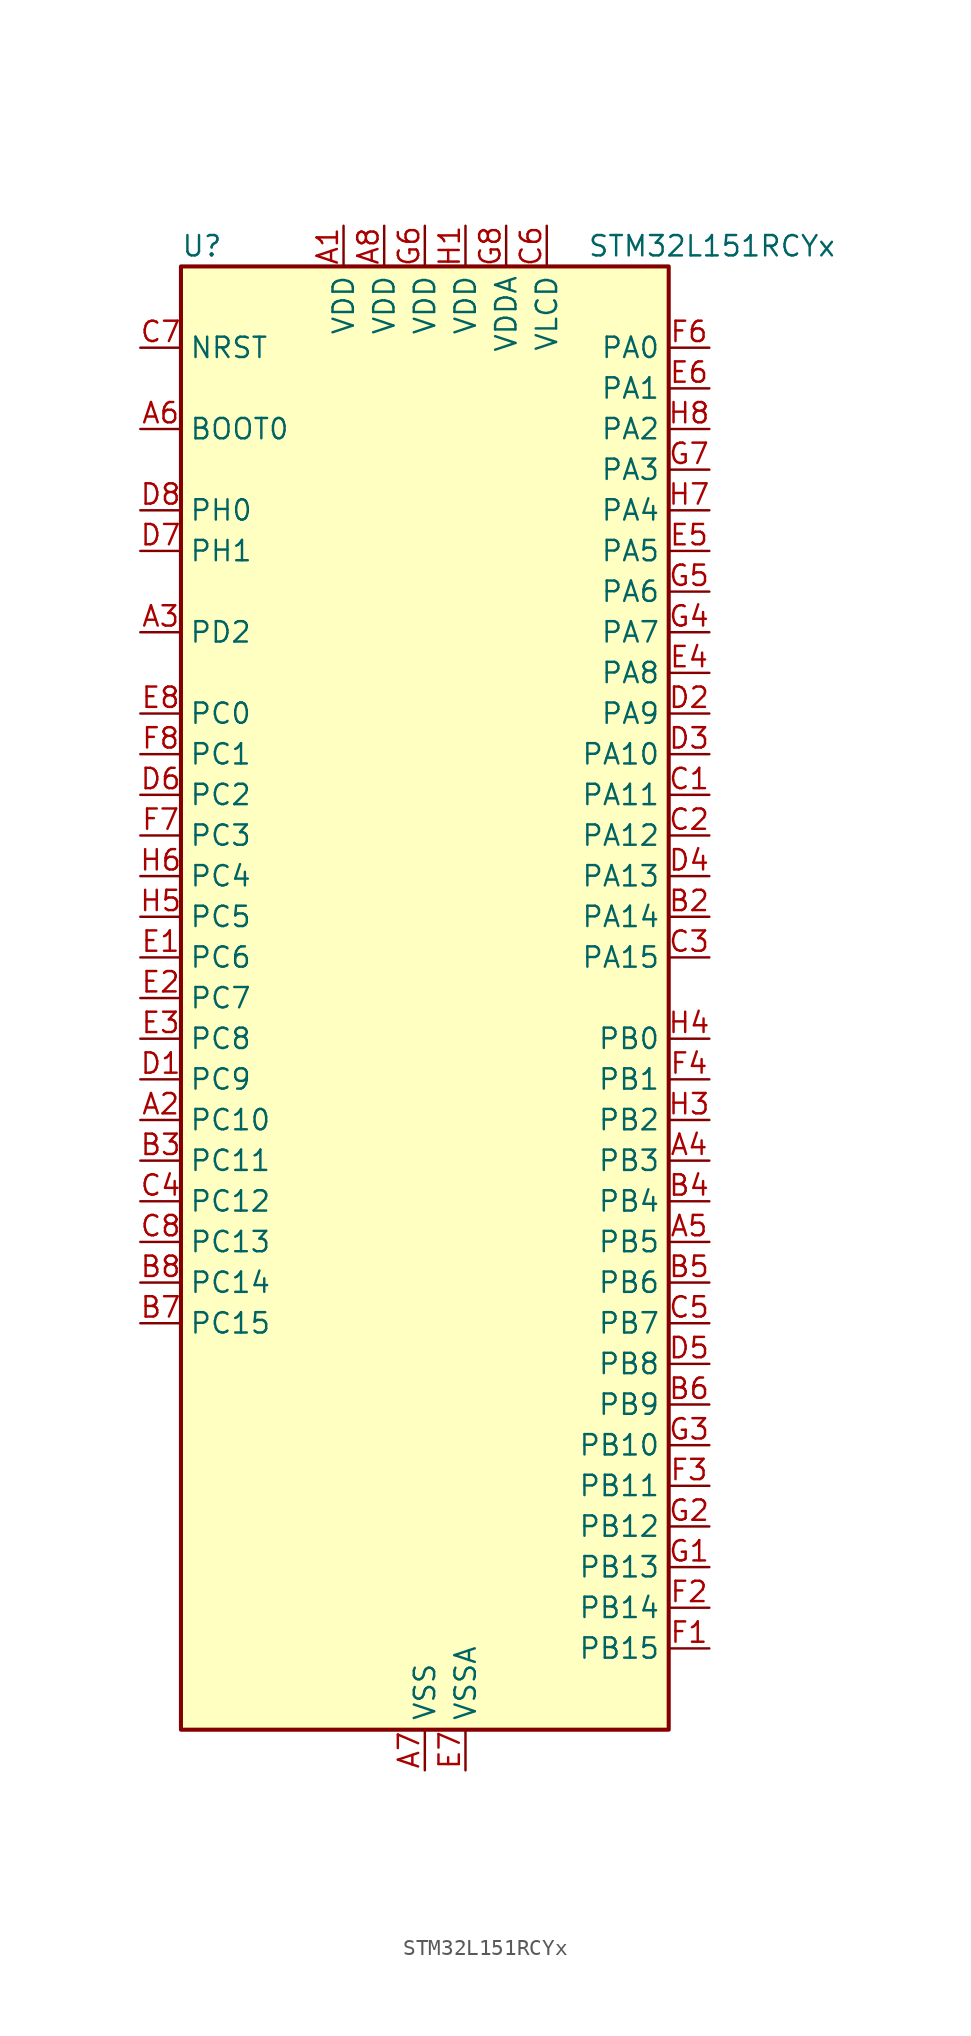
<source format=kicad_sym>
(kicad_symbol_lib
  (version 20241209)
  (generator "kicad_symbol_editor")
  (generator_version "9.0")
  (symbol "STM32L151RCYx"
    (property "Reference" "U"
      (at -15.24 46.99 0)
      (effects (font (size 1.27 1.27)) (justify left)))
    (property "Value" "STM32L151RCYx"
      (at 10.16 46.99 0)
      (effects (font (size 1.27 1.27)) (justify left)))
    (symbol "STM32L151RCYx_0_1"
      (rectangle (start -15.24 -45.72) (end 15.24 45.72) (stroke (width 0.254) (type default)) (fill (type background))))
    (symbol "STM32L151RCYx_1_1"
      (pin input line (at -17.78 40.64 0) (length 2.54) (name "NRST" (effects (font (size 1.27 1.27)))) (number "C7" (effects (font (size 1.27 1.27)))))
      (pin input line (at -17.78 35.56 0) (length 2.54) (name "BOOT0" (effects (font (size 1.27 1.27)))) (number "A6" (effects (font (size 1.27 1.27)))))
      (pin bidirectional line (at -17.78 30.48 0) (length 2.54) (name "PH0" (effects (font (size 1.27 1.27)))) (number "D8" (effects (font (size 1.27 1.27)))) (alternate "RCC_OSC_IN" bidirectional line))
      (pin bidirectional line (at -17.78 27.94 0) (length 2.54) (name "PH1" (effects (font (size 1.27 1.27)))) (number "D7" (effects (font (size 1.27 1.27)))) (alternate "RCC_OSC_OUT" bidirectional line))
      (pin bidirectional line (at -17.78 22.86 0) (length 2.54) (name "PD2" (effects (font (size 1.27 1.27)))) (number "A3" (effects (font (size 1.27 1.27)))) (alternate "TIM3_ETR" bidirectional line) (alternate "TIMX_IC3" bidirectional line))
      (pin bidirectional line (at -17.78 17.78 0) (length 2.54) (name "PC0" (effects (font (size 1.27 1.27)))) (number "E8" (effects (font (size 1.27 1.27)))) (alternate "ADC_IN10" bidirectional line) (alternate "COMP1_INP" bidirectional line) (alternate "TIMX_IC1" bidirectional line) (alternate "TS_G8_IO1" bidirectional line))
      (pin bidirectional line (at -17.78 15.24 0) (length 2.54) (name "PC1" (effects (font (size 1.27 1.27)))) (number "F8" (effects (font (size 1.27 1.27)))) (alternate "ADC_IN11" bidirectional line) (alternate "COMP1_INP" bidirectional line) (alternate "TIMX_IC2" bidirectional line) (alternate "TS_G8_IO2" bidirectional line))
      (pin bidirectional line (at -17.78 12.7 0) (length 2.54) (name "PC2" (effects (font (size 1.27 1.27)))) (number "D6" (effects (font (size 1.27 1.27)))) (alternate "ADC_IN12" bidirectional line) (alternate "COMP1_INP" bidirectional line) (alternate "TIMX_IC3" bidirectional line) (alternate "TS_G8_IO3" bidirectional line))
      (pin bidirectional line (at -17.78 10.16 0) (length 2.54) (name "PC3" (effects (font (size 1.27 1.27)))) (number "F7" (effects (font (size 1.27 1.27)))) (alternate "ADC_IN13" bidirectional line) (alternate "COMP1_INP" bidirectional line) (alternate "TIMX_IC4" bidirectional line) (alternate "TS_G8_IO4" bidirectional line))
      (pin bidirectional line (at -17.78 7.62 0) (length 2.54) (name "PC4" (effects (font (size 1.27 1.27)))) (number "H6" (effects (font (size 1.27 1.27)))) (alternate "ADC_IN14" bidirectional line) (alternate "COMP1_INP" bidirectional line) (alternate "TIMX_IC1" bidirectional line) (alternate "TS_G9_IO1" bidirectional line))
      (pin bidirectional line (at -17.78 5.08 0) (length 2.54) (name "PC5" (effects (font (size 1.27 1.27)))) (number "H5" (effects (font (size 1.27 1.27)))) (alternate "ADC_IN15" bidirectional line) (alternate "COMP1_INP" bidirectional line) (alternate "TIMX_IC2" bidirectional line) (alternate "TS_G9_IO2" bidirectional line))
      (pin bidirectional line (at -17.78 2.54 0) (length 2.54) (name "PC6" (effects (font (size 1.27 1.27)))) (number "E1" (effects (font (size 1.27 1.27)))) (alternate "I2S2_MCK" bidirectional line) (alternate "TIM3_CH1" bidirectional line) (alternate "TIMX_IC3" bidirectional line) (alternate "TS_G10_IO1" bidirectional line))
      (pin bidirectional line (at -17.78 0 0) (length 2.54) (name "PC7" (effects (font (size 1.27 1.27)))) (number "E2" (effects (font (size 1.27 1.27)))) (alternate "I2S3_MCK" bidirectional line) (alternate "TIM3_CH2" bidirectional line) (alternate "TIMX_IC4" bidirectional line) (alternate "TS_G10_IO2" bidirectional line))
      (pin bidirectional line (at -17.78 -2.54 0) (length 2.54) (name "PC8" (effects (font (size 1.27 1.27)))) (number "E3" (effects (font (size 1.27 1.27)))) (alternate "TIM3_CH3" bidirectional line) (alternate "TIMX_IC1" bidirectional line) (alternate "TS_G10_IO3" bidirectional line))
      (pin bidirectional line (at -17.78 -5.08 0) (length 2.54) (name "PC9" (effects (font (size 1.27 1.27)))) (number "D1" (effects (font (size 1.27 1.27)))) (alternate "DAC_EXTI9" bidirectional line) (alternate "TIM3_CH4" bidirectional line) (alternate "TIMX_IC2" bidirectional line) (alternate "TS_G10_IO4" bidirectional line))
      (pin bidirectional line (at -17.78 -7.62 0) (length 2.54) (name "PC10" (effects (font (size 1.27 1.27)))) (number "A2" (effects (font (size 1.27 1.27)))) (alternate "I2S3_CK" bidirectional line) (alternate "SPI3_SCK" bidirectional line) (alternate "TIMX_IC3" bidirectional line) (alternate "USART3_TX" bidirectional line))
      (pin bidirectional line (at -17.78 -10.16 0) (length 2.54) (name "PC11" (effects (font (size 1.27 1.27)))) (number "B3" (effects (font (size 1.27 1.27)))) (alternate "ADC_EXTI11" bidirectional line) (alternate "SPI3_MISO" bidirectional line) (alternate "TIMX_IC4" bidirectional line) (alternate "USART3_RX" bidirectional line))
      (pin bidirectional line (at -17.78 -12.7 0) (length 2.54) (name "PC12" (effects (font (size 1.27 1.27)))) (number "C4" (effects (font (size 1.27 1.27)))) (alternate "I2S3_SD" bidirectional line) (alternate "SPI3_MOSI" bidirectional line) (alternate "TIMX_IC1" bidirectional line) (alternate "USART3_CK" bidirectional line))
      (pin bidirectional line (at -17.78 -15.24 0) (length 2.54) (name "PC13" (effects (font (size 1.27 1.27)))) (number "C8" (effects (font (size 1.27 1.27)))) (alternate "RTC_OUT_ALARM" bidirectional line) (alternate "RTC_OUT_CALIB" bidirectional line) (alternate "RTC_TAMP1" bidirectional line) (alternate "RTC_TS" bidirectional line) (alternate "SYS_WKUP2" bidirectional line) (alternate "TIMX_IC2" bidirectional line))
      (pin bidirectional line (at -17.78 -17.78 0) (length 2.54) (name "PC14" (effects (font (size 1.27 1.27)))) (number "B8" (effects (font (size 1.27 1.27)))) (alternate "RCC_OSC32_IN" bidirectional line) (alternate "TIMX_IC3" bidirectional line))
      (pin bidirectional line (at -17.78 -20.32 0) (length 2.54) (name "PC15" (effects (font (size 1.27 1.27)))) (number "B7" (effects (font (size 1.27 1.27)))) (alternate "ADC_EXTI15" bidirectional line) (alternate "RCC_OSC32_OUT" bidirectional line) (alternate "TIMX_IC4" bidirectional line))
      (pin power_in line (at -5.08 48.26 270) (length 2.54) (name "VDD" (effects (font (size 1.27 1.27)))) (number "A1" (effects (font (size 1.27 1.27)))))
      (pin power_in line (at -2.54 48.26 270) (length 2.54) (name "VDD" (effects (font (size 1.27 1.27)))) (number "A8" (effects (font (size 1.27 1.27)))))
      (pin power_in line (at 0 48.26 270) (length 2.54) (name "VDD" (effects (font (size 1.27 1.27)))) (number "G6" (effects (font (size 1.27 1.27)))))
      (pin power_in line (at 0 -48.26 90) (length 2.54) (name "VSS" (effects (font (size 1.27 1.27)))) (number "A7" (effects (font (size 1.27 1.27)))))
      (pin passive line (at 0 -48.26 90) (length 2.54) (hide yes) (name "VSS" (effects (font (size 1.27 1.27)))) (number "B1" (effects (font (size 1.27 1.27)))))
      (pin passive line (at 0 -48.26 90) (length 2.54) (hide yes) (name "VSS" (effects (font (size 1.27 1.27)))) (number "F5" (effects (font (size 1.27 1.27)))))
      (pin passive line (at 0 -48.26 90) (length 2.54) (hide yes) (name "VSS" (effects (font (size 1.27 1.27)))) (number "H2" (effects (font (size 1.27 1.27)))))
      (pin power_in line (at 2.54 48.26 270) (length 2.54) (name "VDD" (effects (font (size 1.27 1.27)))) (number "H1" (effects (font (size 1.27 1.27)))))
      (pin power_in line (at 2.54 -48.26 90) (length 2.54) (name "VSSA" (effects (font (size 1.27 1.27)))) (number "E7" (effects (font (size 1.27 1.27)))))
      (pin power_in line (at 5.08 48.26 270) (length 2.54) (name "VDDA" (effects (font (size 1.27 1.27)))) (number "G8" (effects (font (size 1.27 1.27)))))
      (pin power_in line (at 7.62 48.26 270) (length 2.54) (name "VLCD" (effects (font (size 1.27 1.27)))) (number "C6" (effects (font (size 1.27 1.27)))))
      (pin bidirectional line (at 17.78 40.64 180) (length 2.54) (name "PA0" (effects (font (size 1.27 1.27)))) (number "F6" (effects (font (size 1.27 1.27)))) (alternate "ADC_IN0" bidirectional line) (alternate "COMP1_INP" bidirectional line) (alternate "RTC_TAMP2" bidirectional line) (alternate "SYS_WKUP1" bidirectional line) (alternate "TIM2_CH1" bidirectional line) (alternate "TIM2_ETR" bidirectional line) (alternate "TIM5_CH1" bidirectional line) (alternate "TIMX_IC1" bidirectional line) (alternate "TS_G1_IO1" bidirectional line) (alternate "USART2_CTS" bidirectional line))
      (pin bidirectional line (at 17.78 38.1 180) (length 2.54) (name "PA1" (effects (font (size 1.27 1.27)))) (number "E6" (effects (font (size 1.27 1.27)))) (alternate "ADC_IN1" bidirectional line) (alternate "COMP1_INP" bidirectional line) (alternate "OPAMP1_VINP" bidirectional line) (alternate "TIM2_CH2" bidirectional line) (alternate "TIM5_CH2" bidirectional line) (alternate "TIMX_IC2" bidirectional line) (alternate "TS_G1_IO2" bidirectional line) (alternate "USART2_RTS" bidirectional line))
      (pin bidirectional line (at 17.78 35.56 180) (length 2.54) (name "PA2" (effects (font (size 1.27 1.27)))) (number "H8" (effects (font (size 1.27 1.27)))) (alternate "ADC_IN2" bidirectional line) (alternate "COMP1_INP" bidirectional line) (alternate "OPAMP1_VINM" bidirectional line) (alternate "TIM2_CH3" bidirectional line) (alternate "TIM5_CH3" bidirectional line) (alternate "TIM9_CH1" bidirectional line) (alternate "TIMX_IC3" bidirectional line) (alternate "TS_G1_IO3" bidirectional line) (alternate "USART2_TX" bidirectional line))
      (pin bidirectional line (at 17.78 33.02 180) (length 2.54) (name "PA3" (effects (font (size 1.27 1.27)))) (number "G7" (effects (font (size 1.27 1.27)))) (alternate "ADC_IN3" bidirectional line) (alternate "COMP1_INP" bidirectional line) (alternate "OPAMP1_VOUT" bidirectional line) (alternate "TIM2_CH4" bidirectional line) (alternate "TIM5_CH4" bidirectional line) (alternate "TIM9_CH2" bidirectional line) (alternate "TIMX_IC4" bidirectional line) (alternate "TS_G1_IO4" bidirectional line) (alternate "USART2_RX" bidirectional line))
      (pin bidirectional line (at 17.78 30.48 180) (length 2.54) (name "PA4" (effects (font (size 1.27 1.27)))) (number "H7" (effects (font (size 1.27 1.27)))) (alternate "ADC_IN4" bidirectional line) (alternate "COMP1_INP" bidirectional line) (alternate "DAC_OUT1" bidirectional line) (alternate "I2S3_WS" bidirectional line) (alternate "SPI1_NSS" bidirectional line) (alternate "SPI3_NSS" bidirectional line) (alternate "TIMX_IC1" bidirectional line) (alternate "USART2_CK" bidirectional line))
      (pin bidirectional line (at 17.78 27.94 180) (length 2.54) (name "PA5" (effects (font (size 1.27 1.27)))) (number "E5" (effects (font (size 1.27 1.27)))) (alternate "ADC_IN5" bidirectional line) (alternate "COMP1_INP" bidirectional line) (alternate "DAC_OUT2" bidirectional line) (alternate "SPI1_SCK" bidirectional line) (alternate "TIM2_CH1" bidirectional line) (alternate "TIM2_ETR" bidirectional line) (alternate "TIMX_IC2" bidirectional line))
      (pin bidirectional line (at 17.78 25.4 180) (length 2.54) (name "PA6" (effects (font (size 1.27 1.27)))) (number "G5" (effects (font (size 1.27 1.27)))) (alternate "ADC_IN6" bidirectional line) (alternate "COMP1_INP" bidirectional line) (alternate "OPAMP2_VINP" bidirectional line) (alternate "SPI1_MISO" bidirectional line) (alternate "TIM10_CH1" bidirectional line) (alternate "TIM3_CH1" bidirectional line) (alternate "TIMX_IC3" bidirectional line) (alternate "TS_G2_IO1" bidirectional line))
      (pin bidirectional line (at 17.78 22.86 180) (length 2.54) (name "PA7" (effects (font (size 1.27 1.27)))) (number "G4" (effects (font (size 1.27 1.27)))) (alternate "ADC_IN7" bidirectional line) (alternate "COMP1_INP" bidirectional line) (alternate "OPAMP2_VINM" bidirectional line) (alternate "SPI1_MOSI" bidirectional line) (alternate "TIM11_CH1" bidirectional line) (alternate "TIM3_CH2" bidirectional line) (alternate "TIMX_IC4" bidirectional line) (alternate "TS_G2_IO2" bidirectional line))
      (pin bidirectional line (at 17.78 20.32 180) (length 2.54) (name "PA8" (effects (font (size 1.27 1.27)))) (number "E4" (effects (font (size 1.27 1.27)))) (alternate "RCC_MCO" bidirectional line) (alternate "TIMX_IC1" bidirectional line) (alternate "TS_G4_IO1" bidirectional line) (alternate "USART1_CK" bidirectional line))
      (pin bidirectional line (at 17.78 17.78 180) (length 2.54) (name "PA9" (effects (font (size 1.27 1.27)))) (number "D2" (effects (font (size 1.27 1.27)))) (alternate "DAC_EXTI9" bidirectional line) (alternate "TIMX_IC2" bidirectional line) (alternate "TS_G4_IO2" bidirectional line) (alternate "USART1_TX" bidirectional line))
      (pin bidirectional line (at 17.78 15.24 180) (length 2.54) (name "PA10" (effects (font (size 1.27 1.27)))) (number "D3" (effects (font (size 1.27 1.27)))) (alternate "TIMX_IC3" bidirectional line) (alternate "TS_G4_IO3" bidirectional line) (alternate "USART1_RX" bidirectional line))
      (pin bidirectional line (at 17.78 12.7 180) (length 2.54) (name "PA11" (effects (font (size 1.27 1.27)))) (number "C1" (effects (font (size 1.27 1.27)))) (alternate "ADC_EXTI11" bidirectional line) (alternate "SPI1_MISO" bidirectional line) (alternate "TIMX_IC4" bidirectional line) (alternate "USART1_CTS" bidirectional line) (alternate "USB_DM" bidirectional line))
      (pin bidirectional line (at 17.78 10.16 180) (length 2.54) (name "PA12" (effects (font (size 1.27 1.27)))) (number "C2" (effects (font (size 1.27 1.27)))) (alternate "SPI1_MOSI" bidirectional line) (alternate "TIMX_IC1" bidirectional line) (alternate "USART1_RTS" bidirectional line) (alternate "USB_DP" bidirectional line))
      (pin bidirectional line (at 17.78 7.62 180) (length 2.54) (name "PA13" (effects (font (size 1.27 1.27)))) (number "D4" (effects (font (size 1.27 1.27)))) (alternate "SYS_JTMS-SWDIO" bidirectional line) (alternate "TIMX_IC2" bidirectional line) (alternate "TS_G5_IO1" bidirectional line))
      (pin bidirectional line (at 17.78 5.08 180) (length 2.54) (name "PA14" (effects (font (size 1.27 1.27)))) (number "B2" (effects (font (size 1.27 1.27)))) (alternate "SYS_JTCK-SWCLK" bidirectional line) (alternate "TIMX_IC3" bidirectional line) (alternate "TS_G5_IO2" bidirectional line))
      (pin bidirectional line (at 17.78 2.54 180) (length 2.54) (name "PA15" (effects (font (size 1.27 1.27)))) (number "C3" (effects (font (size 1.27 1.27)))) (alternate "ADC_EXTI15" bidirectional line) (alternate "I2S3_WS" bidirectional line) (alternate "SPI1_NSS" bidirectional line) (alternate "SPI3_NSS" bidirectional line) (alternate "SYS_JTDI" bidirectional line) (alternate "TIM2_CH1" bidirectional line) (alternate "TIM2_ETR" bidirectional line) (alternate "TIMX_IC4" bidirectional line) (alternate "TS_G5_IO3" bidirectional line))
      (pin bidirectional line (at 17.78 -2.54 180) (length 2.54) (name "PB0" (effects (font (size 1.27 1.27)))) (number "H4" (effects (font (size 1.27 1.27)))) (alternate "ADC_IN8" bidirectional line) (alternate "COMP1_INP" bidirectional line) (alternate "OPAMP2_VOUT" bidirectional line) (alternate "SYS_V_REF_OUT" bidirectional line) (alternate "TIM3_CH3" bidirectional line) (alternate "TS_G3_IO1" bidirectional line))
      (pin bidirectional line (at 17.78 -5.08 180) (length 2.54) (name "PB1" (effects (font (size 1.27 1.27)))) (number "F4" (effects (font (size 1.27 1.27)))) (alternate "ADC_IN9" bidirectional line) (alternate "COMP1_INP" bidirectional line) (alternate "SYS_V_REF_OUT" bidirectional line) (alternate "TIM3_CH4" bidirectional line) (alternate "TS_G3_IO2" bidirectional line))
      (pin bidirectional line (at 17.78 -7.62 180) (length 2.54) (name "PB2" (effects (font (size 1.27 1.27)))) (number "H3" (effects (font (size 1.27 1.27)))) (alternate "TS_G3_IO3" bidirectional line))
      (pin bidirectional line (at 17.78 -10.16 180) (length 2.54) (name "PB3" (effects (font (size 1.27 1.27)))) (number "A4" (effects (font (size 1.27 1.27)))) (alternate "COMP2_INM" bidirectional line) (alternate "I2S3_CK" bidirectional line) (alternate "SPI1_SCK" bidirectional line) (alternate "SPI3_SCK" bidirectional line) (alternate "SYS_JTDO-TRACESWO" bidirectional line) (alternate "TIM2_CH2" bidirectional line))
      (pin bidirectional line (at 17.78 -12.7 180) (length 2.54) (name "PB4" (effects (font (size 1.27 1.27)))) (number "B4" (effects (font (size 1.27 1.27)))) (alternate "COMP2_INP" bidirectional line) (alternate "SPI1_MISO" bidirectional line) (alternate "SPI3_MISO" bidirectional line) (alternate "SYS_JTRST" bidirectional line) (alternate "TIM3_CH1" bidirectional line) (alternate "TS_G6_IO1" bidirectional line))
      (pin bidirectional line (at 17.78 -15.24 180) (length 2.54) (name "PB5" (effects (font (size 1.27 1.27)))) (number "A5" (effects (font (size 1.27 1.27)))) (alternate "COMP2_INP" bidirectional line) (alternate "I2C1_SMBA" bidirectional line) (alternate "I2S3_SD" bidirectional line) (alternate "SPI1_MOSI" bidirectional line) (alternate "SPI3_MOSI" bidirectional line) (alternate "TIM3_CH2" bidirectional line) (alternate "TS_G6_IO2" bidirectional line))
      (pin bidirectional line (at 17.78 -17.78 180) (length 2.54) (name "PB6" (effects (font (size 1.27 1.27)))) (number "B5" (effects (font (size 1.27 1.27)))) (alternate "COMP2_INP" bidirectional line) (alternate "I2C1_SCL" bidirectional line) (alternate "TIM4_CH1" bidirectional line) (alternate "TS_G6_IO3" bidirectional line) (alternate "USART1_TX" bidirectional line))
      (pin bidirectional line (at 17.78 -20.32 180) (length 2.54) (name "PB7" (effects (font (size 1.27 1.27)))) (number "C5" (effects (font (size 1.27 1.27)))) (alternate "COMP2_INP" bidirectional line) (alternate "I2C1_SDA" bidirectional line) (alternate "SYS_PVD_IN" bidirectional line) (alternate "TIM4_CH2" bidirectional line) (alternate "TS_G6_IO4" bidirectional line) (alternate "USART1_RX" bidirectional line))
      (pin bidirectional line (at 17.78 -22.86 180) (length 2.54) (name "PB8" (effects (font (size 1.27 1.27)))) (number "D5" (effects (font (size 1.27 1.27)))) (alternate "I2C1_SCL" bidirectional line) (alternate "TIM10_CH1" bidirectional line) (alternate "TIM4_CH3" bidirectional line))
      (pin bidirectional line (at 17.78 -25.4 180) (length 2.54) (name "PB9" (effects (font (size 1.27 1.27)))) (number "B6" (effects (font (size 1.27 1.27)))) (alternate "DAC_EXTI9" bidirectional line) (alternate "I2C1_SDA" bidirectional line) (alternate "TIM11_CH1" bidirectional line) (alternate "TIM4_CH4" bidirectional line))
      (pin bidirectional line (at 17.78 -27.94 180) (length 2.54) (name "PB10" (effects (font (size 1.27 1.27)))) (number "G3" (effects (font (size 1.27 1.27)))) (alternate "I2C2_SCL" bidirectional line) (alternate "TIM2_CH3" bidirectional line) (alternate "USART3_TX" bidirectional line))
      (pin bidirectional line (at 17.78 -30.48 180) (length 2.54) (name "PB11" (effects (font (size 1.27 1.27)))) (number "F3" (effects (font (size 1.27 1.27)))) (alternate "ADC_EXTI11" bidirectional line) (alternate "I2C2_SDA" bidirectional line) (alternate "TIM2_CH4" bidirectional line) (alternate "USART3_RX" bidirectional line))
      (pin bidirectional line (at 17.78 -33.02 180) (length 2.54) (name "PB12" (effects (font (size 1.27 1.27)))) (number "G2" (effects (font (size 1.27 1.27)))) (alternate "ADC_IN18" bidirectional line) (alternate "COMP1_INP" bidirectional line) (alternate "I2C2_SMBA" bidirectional line) (alternate "I2S2_WS" bidirectional line) (alternate "SPI2_NSS" bidirectional line) (alternate "TIM10_CH1" bidirectional line) (alternate "TS_G7_IO1" bidirectional line) (alternate "USART3_CK" bidirectional line))
      (pin bidirectional line (at 17.78 -35.56 180) (length 2.54) (name "PB13" (effects (font (size 1.27 1.27)))) (number "G1" (effects (font (size 1.27 1.27)))) (alternate "ADC_IN19" bidirectional line) (alternate "COMP1_INP" bidirectional line) (alternate "I2S2_CK" bidirectional line) (alternate "SPI2_SCK" bidirectional line) (alternate "TIM9_CH1" bidirectional line) (alternate "TS_G7_IO2" bidirectional line) (alternate "USART3_CTS" bidirectional line))
      (pin bidirectional line (at 17.78 -38.1 180) (length 2.54) (name "PB14" (effects (font (size 1.27 1.27)))) (number "F2" (effects (font (size 1.27 1.27)))) (alternate "ADC_IN20" bidirectional line) (alternate "COMP1_INP" bidirectional line) (alternate "SPI2_MISO" bidirectional line) (alternate "TIM9_CH2" bidirectional line) (alternate "TS_G7_IO3" bidirectional line) (alternate "USART3_RTS" bidirectional line))
      (pin bidirectional line (at 17.78 -40.64 180) (length 2.54) (name "PB15" (effects (font (size 1.27 1.27)))) (number "F1" (effects (font (size 1.27 1.27)))) (alternate "ADC_EXTI15" bidirectional line) (alternate "ADC_IN21" bidirectional line) (alternate "COMP1_INP" bidirectional line) (alternate "I2S2_SD" bidirectional line) (alternate "RTC_REFIN" bidirectional line) (alternate "SPI2_MOSI" bidirectional line) (alternate "TIM11_CH1" bidirectional line) (alternate "TS_G7_IO4" bidirectional line)))))
</source>
